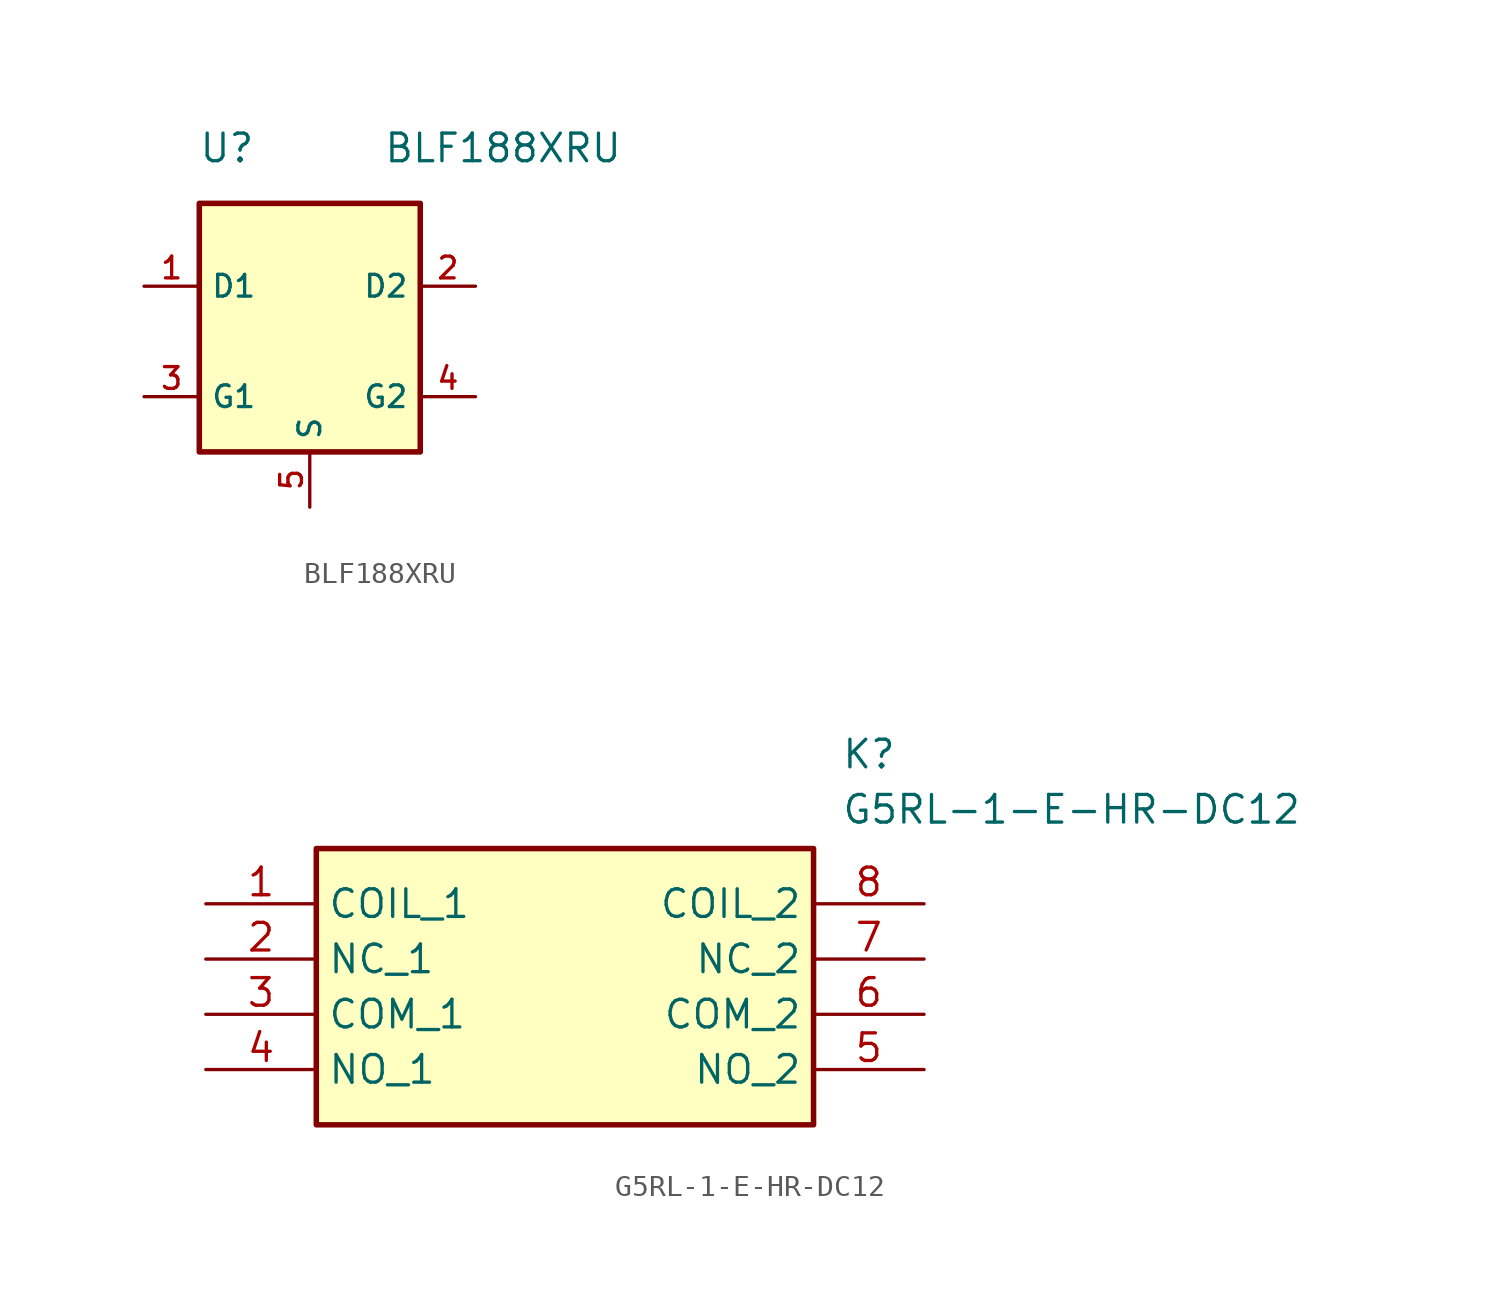
<source format=kicad_sym>
(kicad_symbol_lib
  (version 20231120)
  (generator "kicad_symbol_editor")
  (generator_version "8.0")
  (symbol "BLF188XRU"
    (property "Reference" "U"
      (at -3.81 8.89 0)
      (effects (font (size 1.27 1.27))))
    (property "Value" "BLF188XRU"
      (at 8.89 8.89 0)
      (effects (font (size 1.27 1.27))))
    (symbol "BLF188XRU_0_1"
      (rectangle (start -5.08 6.35) (end 5.08 -5.08) (stroke (width 0.254) (type default)) (fill (type background))))
    (symbol "BLF188XRU_1_1"
      (pin input line (at -7.62 2.54 0) (length 2.54) (name "D1" (effects (font (size 1 1)))) (number "1" (effects (font (size 1 1)))))
      (pin output line (at 7.62 2.54 180) (length 2.54) (name "D2" (effects (font (size 1 1)))) (number "2" (effects (font (size 1 1)))))
      (pin input line (at -7.62 -2.54 0) (length 2.54) (name "G1" (effects (font (size 1 1)))) (number "3" (effects (font (size 1 1)))))
      (pin input line (at 7.62 -2.54 180) (length 2.54) (name "G2" (effects (font (size 1 1)))) (number "4" (effects (font (size 1 1)))))
      (pin power_in line (at 0 -7.62 90) (length 2.54) (name "S" (effects (font (size 1 1)))) (number "5" (effects (font (size 1 1)))))))
  (symbol "G5RL-1-E-HR-DC12"
    (property "Reference" "K"
      (at 29.21 7.62 0)
      (effects (font (size 1.27 1.27)) (justify left top)))
    (property "Value" "G5RL-1-E-HR-DC12"
      (at 29.21 5.08 0)
      (effects (font (size 1.27 1.27)) (justify left top)))
    (symbol "G5RL-1-E-HR-DC12_1_1"
      (rectangle (start 5.08 2.54) (end 27.94 -10.16) (stroke (width 0.254) (type default)) (fill (type background)))
      (pin passive line (at 0 0 0) (length 5.08) (name "COIL_1" (effects (font (size 1.27 1.27)))) (number "1" (effects (font (size 1.27 1.27)))))
      (pin passive line (at 0 -2.54 0) (length 5.08) (name "NC_1" (effects (font (size 1.27 1.27)))) (number "2" (effects (font (size 1.27 1.27)))))
      (pin passive line (at 0 -5.08 0) (length 5.08) (name "COM_1" (effects (font (size 1.27 1.27)))) (number "3" (effects (font (size 1.27 1.27)))))
      (pin passive line (at 0 -7.62 0) (length 5.08) (name "NO_1" (effects (font (size 1.27 1.27)))) (number "4" (effects (font (size 1.27 1.27)))))
      (pin passive line (at 33.02 -7.62 180) (length 5.08) (name "NO_2" (effects (font (size 1.27 1.27)))) (number "5" (effects (font (size 1.27 1.27)))))
      (pin passive line (at 33.02 -5.08 180) (length 5.08) (name "COM_2" (effects (font (size 1.27 1.27)))) (number "6" (effects (font (size 1.27 1.27)))))
      (pin passive line (at 33.02 -2.54 180) (length 5.08) (name "NC_2" (effects (font (size 1.27 1.27)))) (number "7" (effects (font (size 1.27 1.27)))))
      (pin passive line (at 33.02 0 180) (length 5.08) (name "COIL_2" (effects (font (size 1.27 1.27)))) (number "8" (effects (font (size 1.27 1.27))))))))
</source>
